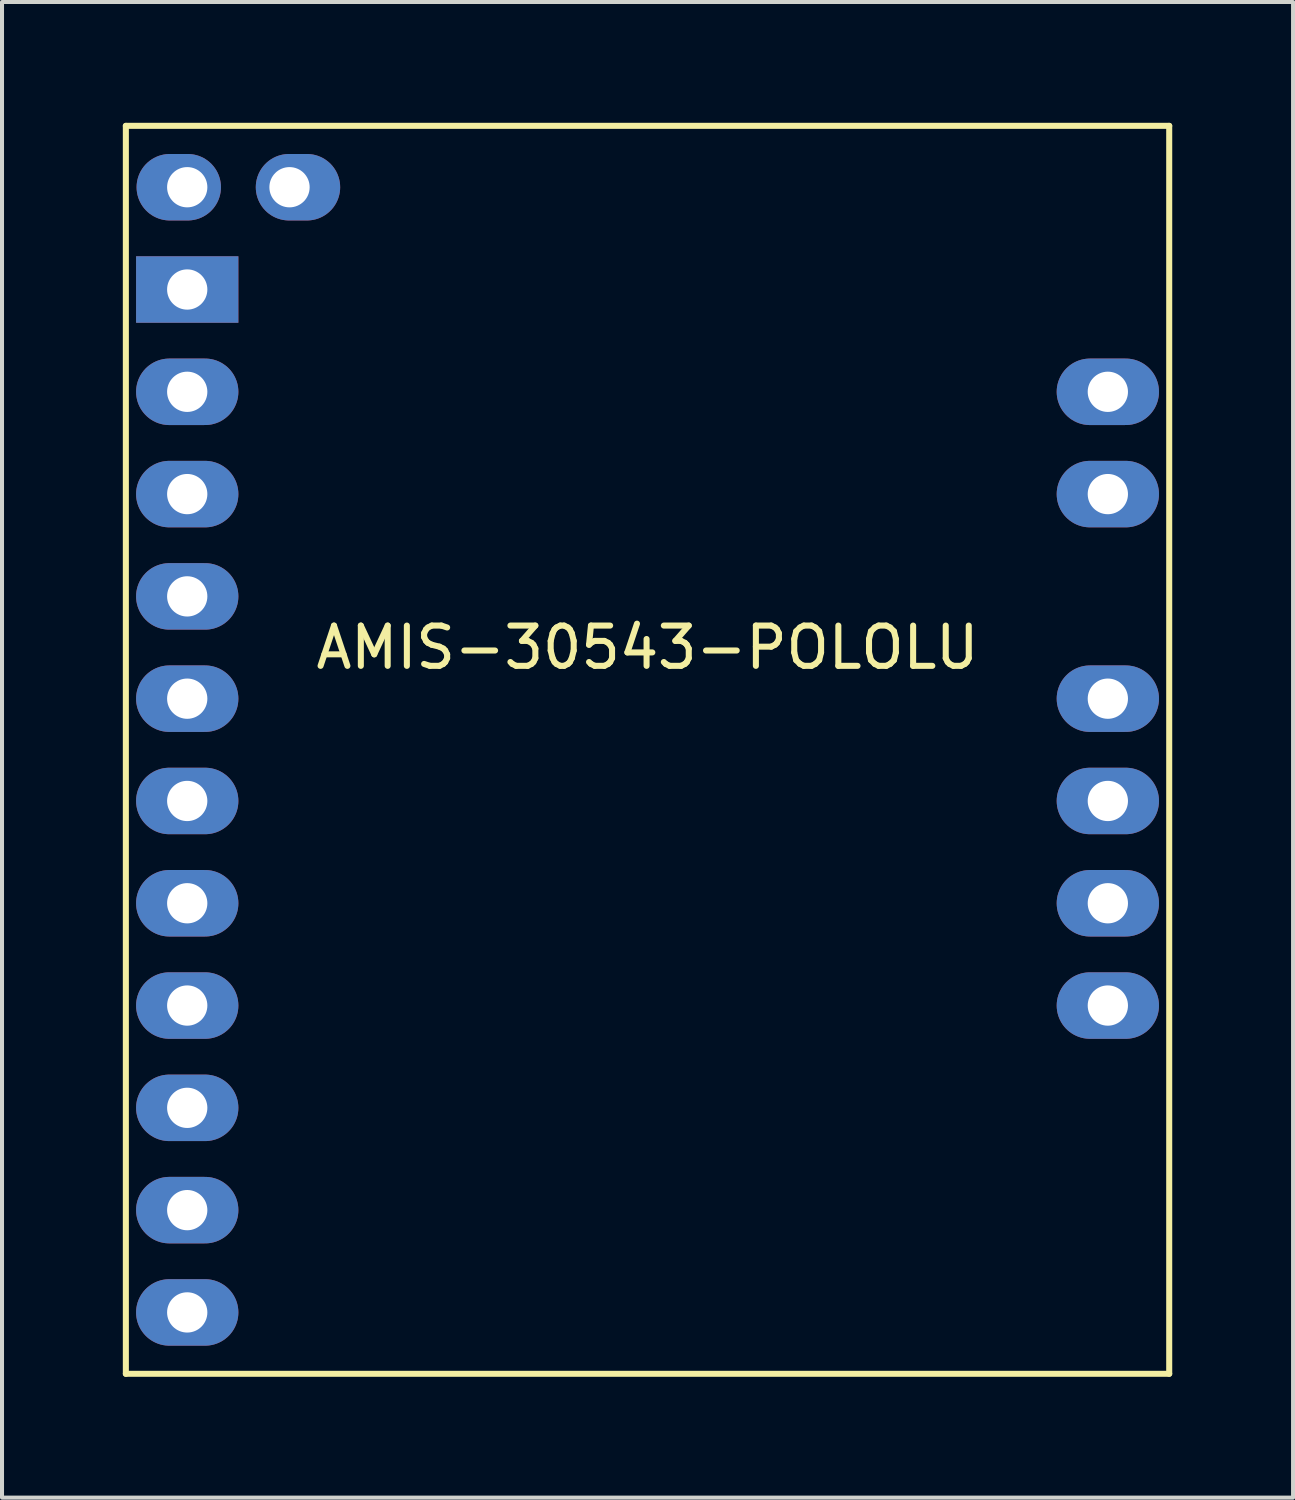
<source format=kicad_pcb>
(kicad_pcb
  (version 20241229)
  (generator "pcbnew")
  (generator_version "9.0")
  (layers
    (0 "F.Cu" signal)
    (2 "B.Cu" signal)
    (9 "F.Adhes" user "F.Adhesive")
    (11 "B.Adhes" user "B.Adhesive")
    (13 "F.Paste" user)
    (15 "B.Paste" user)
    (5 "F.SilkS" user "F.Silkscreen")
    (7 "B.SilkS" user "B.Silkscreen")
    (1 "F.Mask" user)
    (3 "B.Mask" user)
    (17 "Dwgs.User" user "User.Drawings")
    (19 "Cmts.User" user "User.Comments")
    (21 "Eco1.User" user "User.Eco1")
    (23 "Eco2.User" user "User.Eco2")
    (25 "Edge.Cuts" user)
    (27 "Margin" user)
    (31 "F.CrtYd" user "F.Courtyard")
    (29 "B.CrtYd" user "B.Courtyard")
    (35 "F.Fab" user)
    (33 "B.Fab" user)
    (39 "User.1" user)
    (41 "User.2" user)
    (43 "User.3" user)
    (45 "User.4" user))
  (footprint "AMIS-30543-POLOLU"
    (layer "F.Cu")
    (at 13.029 15.569)
    (property "Reference" "AMIS-30543-POLOLU" (at 0 -2.54 0) (layer "F.SilkS") (effects (font (size 1 1) (thickness 0.15))))
    (attr through_hole)
    (fp_line (start -12.954 -15.494) (end 12.954 -15.494) (stroke (width 0.15) (type solid)) (layer "F.SilkS"))
    (fp_line (start -12.954 15.494) (end -12.954 -15.494) (stroke (width 0.15) (type solid)) (layer "F.SilkS"))
    (fp_line (start 12.954 -15.494) (end 12.954 15.494) (stroke (width 0.15) (type solid)) (layer "F.SilkS"))
    (fp_line (start 12.954 15.494) (end -12.954 15.494) (stroke (width 0.15) (type solid)) (layer "F.SilkS"))
    (pad "1" thru_hole oval (at -8.89 -13.97) (size 2.095 1.651) (drill 1 (offset 0.21 0)) (layers "*.Cu" "*.Mask"))
    (pad "2" thru_hole oval (at -11.43 -13.97 180) (size 2.095 1.651) (drill 1 (offset 0.21 0)) (layers "*.Cu" "*.Mask"))
    (pad "3" thru_hole rect (at -11.43 -11.43) (size 2.54 1.651) (drill 1) (layers "*.Cu" "*.Mask"))
    (pad "4" thru_hole oval (at -11.43 -8.89) (size 2.54 1.651) (drill 1) (layers "*.Cu" "*.Mask"))
    (pad "5" thru_hole oval (at -11.43 -6.35) (size 2.54 1.651) (drill 1) (layers "*.Cu" "*.Mask"))
    (pad "6" thru_hole oval (at -11.43 -3.81) (size 2.54 1.651) (drill 1) (layers "*.Cu" "*.Mask"))
    (pad "7" thru_hole oval (at -11.43 -1.27) (size 2.54 1.651) (drill 1) (layers "*.Cu" "*.Mask"))
    (pad "8" thru_hole oval (at -11.43 1.27) (size 2.54 1.651) (drill 1) (layers "*.Cu" "*.Mask"))
    (pad "9" thru_hole oval (at -11.43 3.81) (size 2.54 1.651) (drill 1) (layers "*.Cu" "*.Mask"))
    (pad "10" thru_hole oval (at -11.43 6.35) (size 2.54 1.651) (drill 1) (layers "*.Cu" "*.Mask"))
    (pad "11" thru_hole oval (at -11.43 8.89) (size 2.54 1.651) (drill 1) (layers "*.Cu" "*.Mask"))
    (pad "12" thru_hole oval (at -11.43 11.43) (size 2.54 1.651) (drill 1) (layers "*.Cu" "*.Mask"))
    (pad "13" thru_hole oval (at -11.43 13.97) (size 2.54 1.651) (drill 1) (layers "*.Cu" "*.Mask"))
    (pad "14" thru_hole oval (at 11.43 -8.89) (size 2.54 1.651) (drill 1) (layers "*.Cu" "*.Mask"))
    (pad "15" thru_hole oval (at 11.43 -6.35) (size 2.54 1.651) (drill 1) (layers "*.Cu" "*.Mask"))
    (pad "16" thru_hole oval (at 11.43 -1.27) (size 2.54 1.651) (drill 1) (layers "*.Cu" "*.Mask"))
    (pad "17" thru_hole oval (at 11.43 1.27) (size 2.54 1.651) (drill 1) (layers "*.Cu" "*.Mask"))
    (pad "18" thru_hole oval (at 11.43 3.81) (size 2.54 1.651) (drill 1) (layers "*.Cu" "*.Mask"))
    (pad "19" thru_hole oval (at 11.43 6.35) (size 2.54 1.651) (drill 1) (layers "*.Cu" "*.Mask")))
  (gr_rect
    (start -3 -3)
    (end 29.058 34.138)
    (stroke (width 0.1) (type default))
    (fill no)
    (layer "Edge.Cuts")))
</source>
